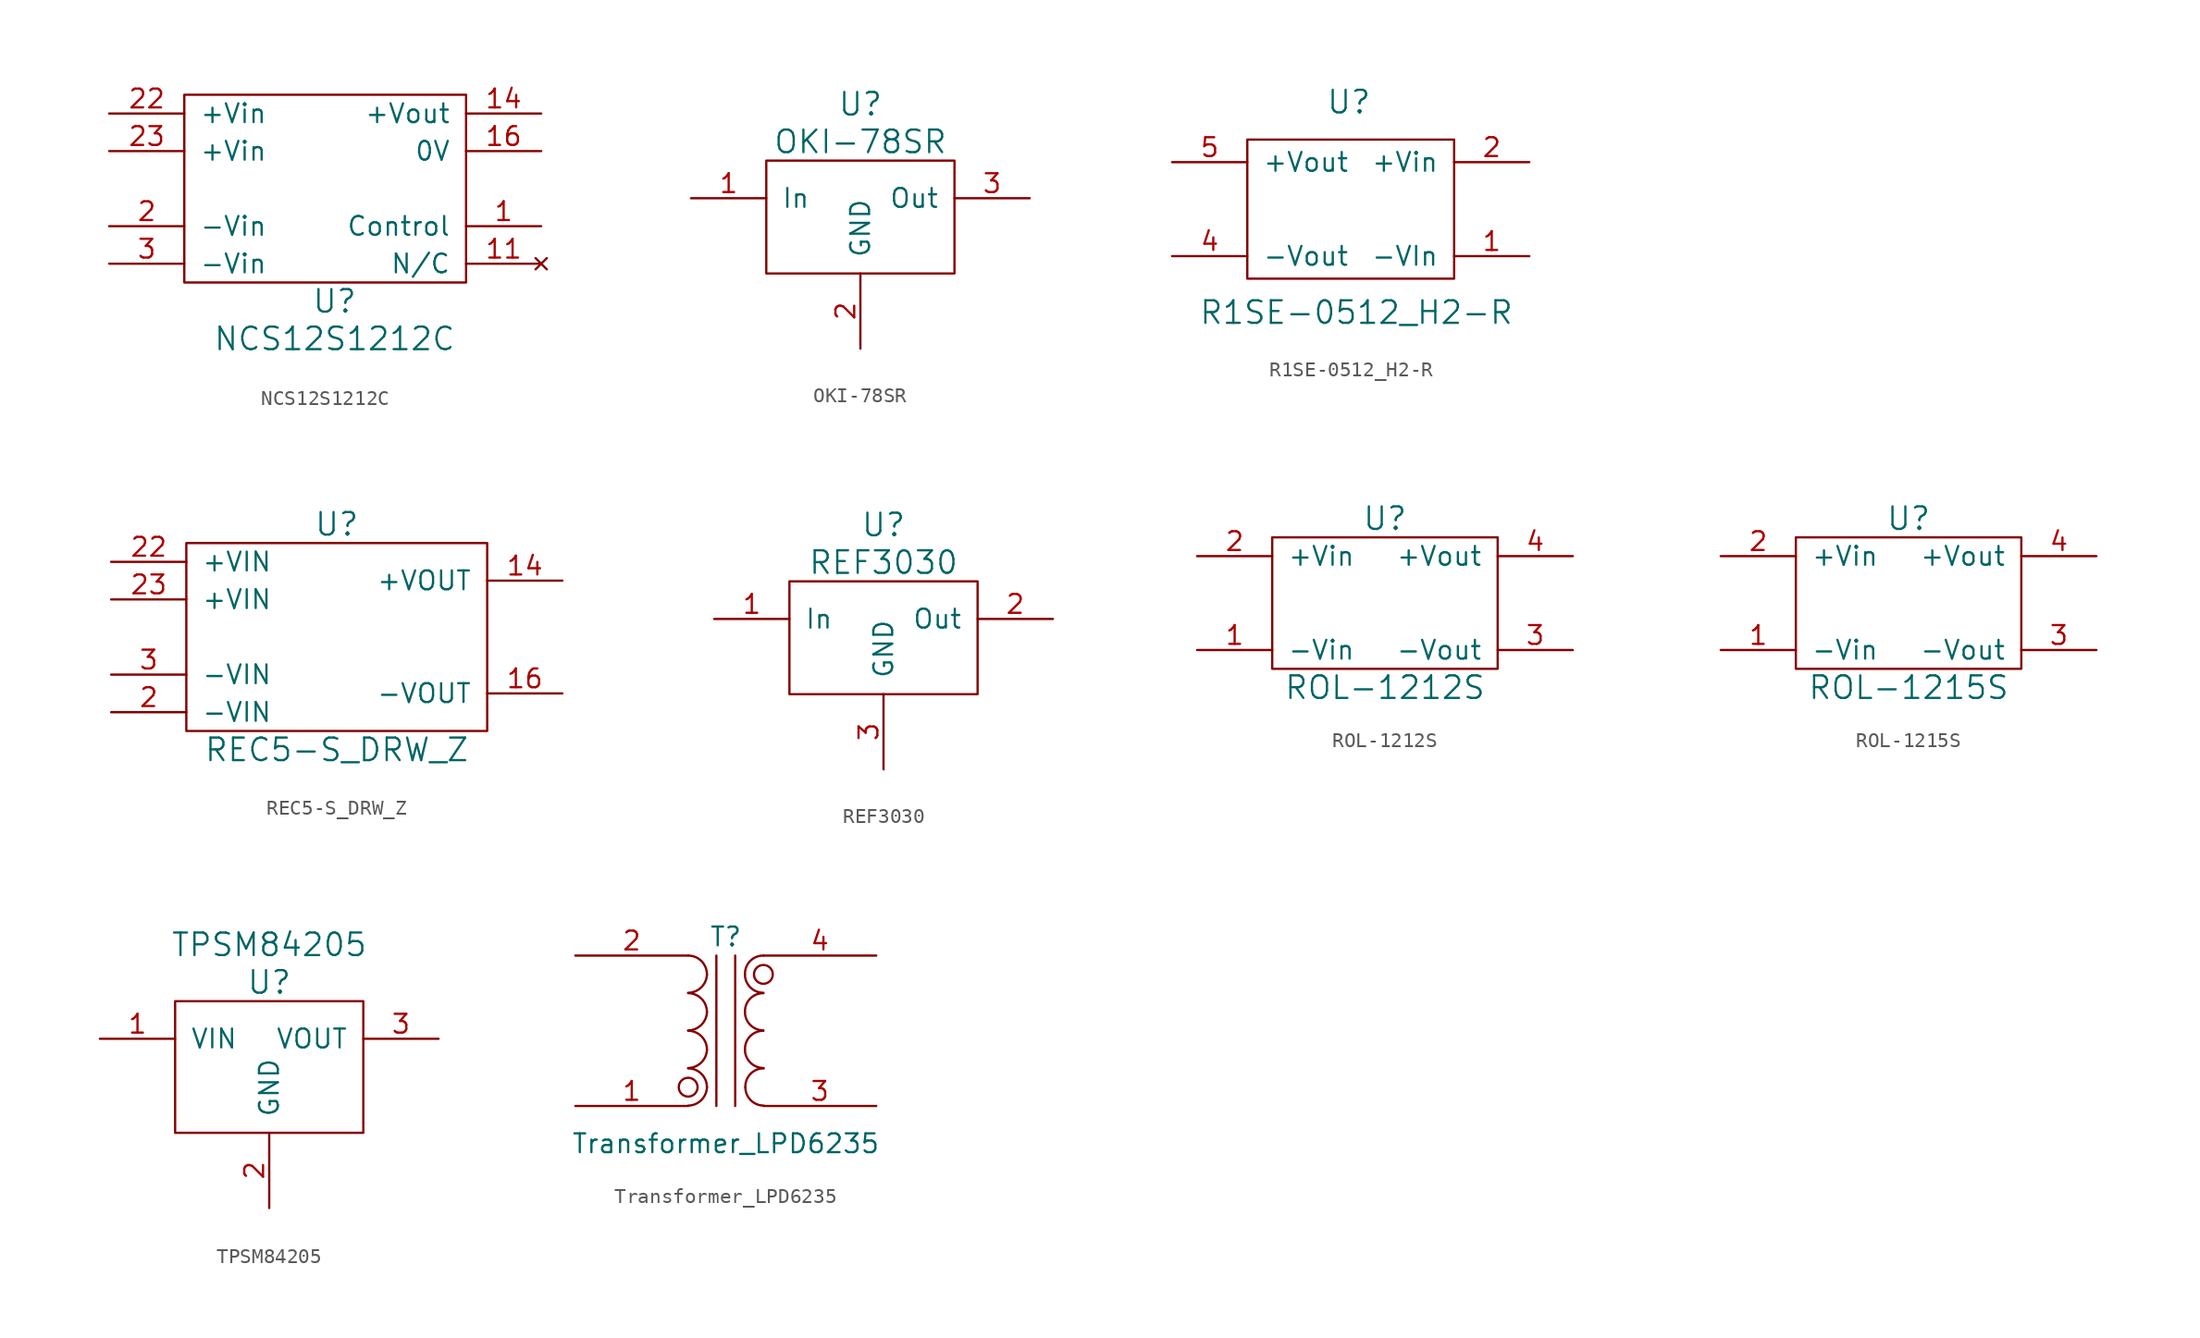
<source format=kicad_sym>
(kicad_symbol_lib
  (version 20211014)
  (generator kicad_symbol_editor)
  (symbol "NCS12S1212C"
    (pin_names
      (offset 1.016))
    (property "Reference" "U"
      (at 10.16 -1.27 0)
      (effects (font (size 1.524 1.524))))
    (property "Value" "NCS12S1212C"
      (at 10.16 -3.81 0)
      (effects (font (size 1.524 1.524))))
    (symbol "NCS12S1212C_0_1"
      (rectangle (start 0 0) (end 19.05 12.7) (stroke (width 0) (type default) (color 0 0 0 0)) (fill (type none))))
    (symbol "NCS12S1212C_1_1"
      (pin bidirectional line (at 24.13 3.81 180) (length 5.08) (name "Control" (effects (font (size 1.27 1.27)))) (number "1" (effects (font (size 1.27 1.27)))))
      (pin no_connect line (at 24.13 1.27 180) (length 5.08) (name "N/C" (effects (font (size 1.27 1.27)))) (number "11" (effects (font (size 1.27 1.27)))))
      (pin power_out line (at 24.13 11.43 180) (length 5.08) (name "+Vout" (effects (font (size 1.27 1.27)))) (number "14" (effects (font (size 1.27 1.27)))))
      (pin power_out line (at 24.13 8.89 180) (length 5.08) (name "0V" (effects (font (size 1.27 1.27)))) (number "16" (effects (font (size 1.27 1.27)))))
      (pin power_in line (at -5.08 3.81 0) (length 5.08) (name "-Vin" (effects (font (size 1.27 1.27)))) (number "2" (effects (font (size 1.27 1.27)))))
      (pin power_in line (at -5.08 11.43 0) (length 5.08) (name "+Vin" (effects (font (size 1.27 1.27)))) (number "22" (effects (font (size 1.27 1.27)))))
      (pin power_in line (at -5.08 8.89 0) (length 5.08) (name "+Vin" (effects (font (size 1.27 1.27)))) (number "23" (effects (font (size 1.27 1.27)))))
      (pin power_in line (at -5.08 1.27 0) (length 5.08) (name "-Vin" (effects (font (size 1.27 1.27)))) (number "3" (effects (font (size 1.27 1.27)))))))
  (symbol "OKI-78SR"
    (pin_names
      (offset 1.016))
    (property "Reference" "U"
      (at 0 7.62 0)
      (effects (font (size 1.524 1.524))))
    (property "Value" "OKI-78SR"
      (at 0 5.08 0)
      (effects (font (size 1.524 1.524))))
    (symbol "OKI-78SR_0_1"
      (rectangle (start -6.35 -3.81) (end 6.35 3.81) (stroke (width 0) (type default) (color 0 0 0 0)) (fill (type none))))
    (symbol "OKI-78SR_1_1"
      (pin power_in line (at -11.43 1.27 0) (length 5.08) (name "In" (effects (font (size 1.27 1.27)))) (number "1" (effects (font (size 1.27 1.27)))))
      (pin power_in line (at 0 -8.89 90) (length 5.08) (name "GND" (effects (font (size 1.27 1.27)))) (number "2" (effects (font (size 1.27 1.27)))))
      (pin power_out line (at 11.43 1.27 180) (length 5.08) (name "Out" (effects (font (size 1.27 1.27)))) (number "3" (effects (font (size 1.27 1.27)))))))
  (symbol "R1SE-0512_H2-R"
    (pin_names
      (offset 1.016))
    (property "Reference" "U"
      (at 0.508 6.604 0)
      (effects (font (size 1.524 1.524))))
    (property "Value" "R1SE-0512_H2-R"
      (at 1.016 -7.62 0)
      (effects (font (size 1.524 1.524))))
    (symbol "R1SE-0512_H2-R_0_1"
      (rectangle (start -6.35 4.064) (end 7.62 -5.334) (stroke (width 0) (type default) (color 0 0 0 0)) (fill (type none))))
    (symbol "R1SE-0512_H2-R_1_1"
      (pin bidirectional line (at 12.7 -3.81 180) (length 5.08) (name "-VIn" (effects (font (size 1.27 1.27)))) (number "1" (effects (font (size 1.27 1.27)))))
      (pin power_in line (at 12.7 2.54 180) (length 5.08) (name "+Vin" (effects (font (size 1.27 1.27)))) (number "2" (effects (font (size 1.27 1.27)))))
      (pin power_out line (at -11.43 -3.81 0) (length 5.08) (name "-Vout" (effects (font (size 1.27 1.27)))) (number "4" (effects (font (size 1.27 1.27)))))
      (pin power_out line (at -11.43 2.54 0) (length 5.08) (name "+Vout" (effects (font (size 1.27 1.27)))) (number "5" (effects (font (size 1.27 1.27)))))))
  (symbol "REC5-S_DRW_Z"
    (pin_names
      (offset 1.016))
    (property "Reference" "U"
      (at 0 13.97 0)
      (effects (font (size 1.524 1.524))))
    (property "Value" "REC5-S_DRW_Z"
      (at 0 -1.27 0)
      (effects (font (size 1.524 1.524))))
    (symbol "REC5-S_DRW_Z_0_1"
      (rectangle (start -10.16 12.7) (end 10.16 0) (stroke (width 0) (type default) (color 0 0 0 0)) (fill (type none))))
    (symbol "REC5-S_DRW_Z_1_1"
      (pin power_in line (at 15.24 10.16 180) (length 5.08) (name "+VOUT" (effects (font (size 1.27 1.27)))) (number "14" (effects (font (size 1.27 1.27)))))
      (pin power_in line (at 15.24 2.54 180) (length 5.08) (name "-VOUT" (effects (font (size 1.27 1.27)))) (number "16" (effects (font (size 1.27 1.27)))))
      (pin power_in line (at -15.24 1.27 0) (length 5.08) (name "-VIN" (effects (font (size 1.27 1.27)))) (number "2" (effects (font (size 1.27 1.27)))))
      (pin power_in line (at -15.24 11.43 0) (length 5.08) (name "+VIN" (effects (font (size 1.27 1.27)))) (number "22" (effects (font (size 1.27 1.27)))))
      (pin power_in line (at -15.24 8.89 0) (length 5.08) (name "+VIN" (effects (font (size 1.27 1.27)))) (number "23" (effects (font (size 1.27 1.27)))))
      (pin power_in line (at -15.24 3.81 0) (length 5.08) (name "-VIN" (effects (font (size 1.27 1.27)))) (number "3" (effects (font (size 1.27 1.27)))))))
  (symbol "REF3030"
    (pin_names
      (offset 1.016))
    (property "Reference" "U"
      (at 6.35 11.43 0)
      (effects (font (size 1.524 1.524))))
    (property "Value" "REF3030"
      (at 6.35 8.89 0)
      (effects (font (size 1.524 1.524))))
    (symbol "REF3030_0_1"
      (rectangle (start 0 0) (end 12.7 7.62) (stroke (width 0) (type default) (color 0 0 0 0)) (fill (type none))))
    (symbol "REF3030_1_1"
      (pin power_in line (at -5.08 5.08 0) (length 5.08) (name "In" (effects (font (size 1.27 1.27)))) (number "1" (effects (font (size 1.27 1.27)))))
      (pin power_out line (at 17.78 5.08 180) (length 5.08) (name "Out" (effects (font (size 1.27 1.27)))) (number "2" (effects (font (size 1.27 1.27)))))
      (pin power_in line (at 6.35 -5.08 90) (length 5.08) (name "GND" (effects (font (size 1.27 1.27)))) (number "3" (effects (font (size 1.27 1.27)))))))
  (symbol "ROL-1212S"
    (pin_names
      (offset 1.016))
    (property "Reference" "U"
      (at 0 1.27 0)
      (effects (font (size 1.524 1.524))))
    (property "Value" "ROL-1212S"
      (at 0 -10.16 0)
      (effects (font (size 1.524 1.524))))
    (symbol "ROL-1212S_0_1"
      (rectangle (start -7.62 0) (end 7.62 -8.89) (stroke (width 0) (type default) (color 0 0 0 0)) (fill (type none))))
    (symbol "ROL-1212S_1_1"
      (pin power_in line (at -12.7 -7.62 0) (length 5.08) (name "-Vin" (effects (font (size 1.27 1.27)))) (number "1" (effects (font (size 1.27 1.27)))))
      (pin power_in line (at -12.7 -1.27 0) (length 5.08) (name "+Vin" (effects (font (size 1.27 1.27)))) (number "2" (effects (font (size 1.27 1.27)))))
      (pin power_out line (at 12.7 -7.62 180) (length 5.08) (name "-Vout" (effects (font (size 1.27 1.27)))) (number "3" (effects (font (size 1.27 1.27)))))
      (pin power_out line (at 12.7 -1.27 180) (length 5.08) (name "+Vout" (effects (font (size 1.27 1.27)))) (number "4" (effects (font (size 1.27 1.27)))))))
  (symbol "ROL-1215S"
    (pin_names
      (offset 1.016))
    (property "Reference" "U"
      (at 0 1.27 0)
      (effects (font (size 1.524 1.524))))
    (property "Value" "ROL-1215S"
      (at 0 -10.16 0)
      (effects (font (size 1.524 1.524))))
    (symbol "ROL-1215S_0_1"
      (rectangle (start -7.62 0) (end 7.62 -8.89) (stroke (width 0) (type default) (color 0 0 0 0)) (fill (type none))))
    (symbol "ROL-1215S_1_1"
      (pin power_in line (at -12.7 -7.62 0) (length 5.08) (name "-Vin" (effects (font (size 1.27 1.27)))) (number "1" (effects (font (size 1.27 1.27)))))
      (pin power_in line (at -12.7 -1.27 0) (length 5.08) (name "+Vin" (effects (font (size 1.27 1.27)))) (number "2" (effects (font (size 1.27 1.27)))))
      (pin power_out line (at 12.7 -7.62 180) (length 5.08) (name "-Vout" (effects (font (size 1.27 1.27)))) (number "3" (effects (font (size 1.27 1.27)))))
      (pin power_out line (at 12.7 -1.27 180) (length 5.08) (name "+Vout" (effects (font (size 1.27 1.27)))) (number "4" (effects (font (size 1.27 1.27)))))))
  (symbol "TPSM84205"
    (pin_names
      (offset 1.016))
    (property "Reference" "U"
      (at 0 1.27 0)
      (effects (font (size 1.524 1.524))))
    (property "Value" "TPSM84205"
      (at 0 3.81 0)
      (effects (font (size 1.524 1.524))))
    (symbol "TPSM84205_0_1"
      (rectangle (start -6.35 0) (end 6.35 -8.89) (stroke (width 0) (type default) (color 0 0 0 0)) (fill (type none))))
    (symbol "TPSM84205_1_1"
      (pin power_in line (at -11.43 -2.54 0) (length 5.08) (name "VIN" (effects (font (size 1.27 1.27)))) (number "1" (effects (font (size 1.27 1.27)))))
      (pin power_in line (at 0 -13.97 90) (length 5.08) (name "GND" (effects (font (size 1.27 1.27)))) (number "2" (effects (font (size 1.27 1.27)))))
      (pin power_out line (at 11.43 -2.54 180) (length 5.08) (name "VOUT" (effects (font (size 1.27 1.27)))) (number "3" (effects (font (size 1.27 1.27)))))))
  (symbol "Transformer_LPD6235"
    (pin_names
      (offset 1.016) hide)
    (property "Reference" "T"
      (at 0 6.35 0)
      (effects (font (size 1.27 1.27))))
    (property "Value" "Transformer_LPD6235"
      (at 0 -7.62 0)
      (effects (font (size 1.27 1.27))))
    (symbol "Transformer_LPD6235_0_0"
      (circle (center -2.54 -3.81) (radius 0.635) (stroke (width 0) (type default) (color 0 0 0 0)) (fill (type none)))
      (circle (center 2.54 3.81) (radius 0.635) (stroke (width 0) (type default) (color 0 0 0 0)) (fill (type none))))
    (symbol "Transformer_LPD6235_0_1"
      (arc (start -2.54 -5.0546) (mid -1.6599 -4.6901) (end -1.27 -3.81) (stroke (width 0) (type default) (color 0 0 0 0)) (fill (type none)))
      (arc (start -2.54 -2.5146) (mid -1.6599 -2.1501) (end -1.27 -1.27) (stroke (width 0) (type default) (color 0 0 0 0)) (fill (type none)))
      (arc (start -2.54 0.0254) (mid -1.6599 0.3899) (end -1.27 1.27) (stroke (width 0) (type default) (color 0 0 0 0)) (fill (type none)))
      (arc (start -2.54 2.5654) (mid -1.6599 2.9299) (end -1.27 3.81) (stroke (width 0) (type default) (color 0 0 0 0)) (fill (type none)))
      (arc (start -1.27 -3.81) (mid -1.642 -2.912) (end -2.54 -2.54) (stroke (width 0) (type default) (color 0 0 0 0)) (fill (type none)))
      (arc (start -1.27 -1.27) (mid -1.642 -0.372) (end -2.54 0) (stroke (width 0) (type default) (color 0 0 0 0)) (fill (type none)))
      (arc (start -1.27 1.27) (mid -1.642 2.168) (end -2.54 2.54) (stroke (width 0) (type default) (color 0 0 0 0)) (fill (type none)))
      (arc (start -1.27 3.81) (mid -1.642 4.708) (end -2.54 5.08) (stroke (width 0) (type default) (color 0 0 0 0)) (fill (type none)))
      (polyline (pts (xy -0.635 5.08) (xy -0.635 -5.08)) (stroke (width 0) (type default) (color 0 0 0 0)) (fill (type none)))
      (polyline (pts (xy 0.635 -5.08) (xy 0.635 5.08)) (stroke (width 0) (type default) (color 0 0 0 0)) (fill (type none)))
      (arc (start 1.2954 -1.27) (mid 1.6599 -2.1501) (end 2.54 -2.5146) (stroke (width 0) (type default) (color 0 0 0 0)) (fill (type none)))
      (arc (start 1.2954 1.27) (mid 1.6599 0.3899) (end 2.54 0.0254) (stroke (width 0) (type default) (color 0 0 0 0)) (fill (type none)))
      (arc (start 1.2954 3.81) (mid 1.6599 2.9299) (end 2.54 2.5654) (stroke (width 0) (type default) (color 0 0 0 0)) (fill (type none)))
      (arc (start 1.3208 -3.81) (mid 1.6853 -4.6901) (end 2.5654 -5.0546) (stroke (width 0) (type default) (color 0 0 0 0)) (fill (type none)))
      (arc (start 2.54 0) (mid 1.642 -0.372) (end 1.2954 -1.27) (stroke (width 0) (type default) (color 0 0 0 0)) (fill (type none)))
      (arc (start 2.54 2.54) (mid 1.642 2.168) (end 1.2954 1.27) (stroke (width 0) (type default) (color 0 0 0 0)) (fill (type none)))
      (arc (start 2.54 5.08) (mid 1.642 4.708) (end 1.2954 3.81) (stroke (width 0) (type default) (color 0 0 0 0)) (fill (type none)))
      (arc (start 2.5654 -2.54) (mid 1.6674 -2.912) (end 1.3208 -3.81) (stroke (width 0) (type default) (color 0 0 0 0)) (fill (type none))))
    (symbol "Transformer_LPD6235_1_1"
      (pin passive line (at -10.16 -5.08 0) (length 7.62) (name "AB" (effects (font (size 1.27 1.27)))) (number "1" (effects (font (size 1.27 1.27)))))
      (pin passive line (at -10.16 5.08 0) (length 7.62) (name "AA" (effects (font (size 1.27 1.27)))) (number "2" (effects (font (size 1.27 1.27)))))
      (pin passive line (at 10.16 -5.08 180) (length 7.62) (name "SA" (effects (font (size 1.27 1.27)))) (number "3" (effects (font (size 1.27 1.27)))))
      (pin passive line (at 10.16 5.08 180) (length 7.62) (name "SB" (effects (font (size 1.27 1.27)))) (number "4" (effects (font (size 1.27 1.27))))))))
</source>
